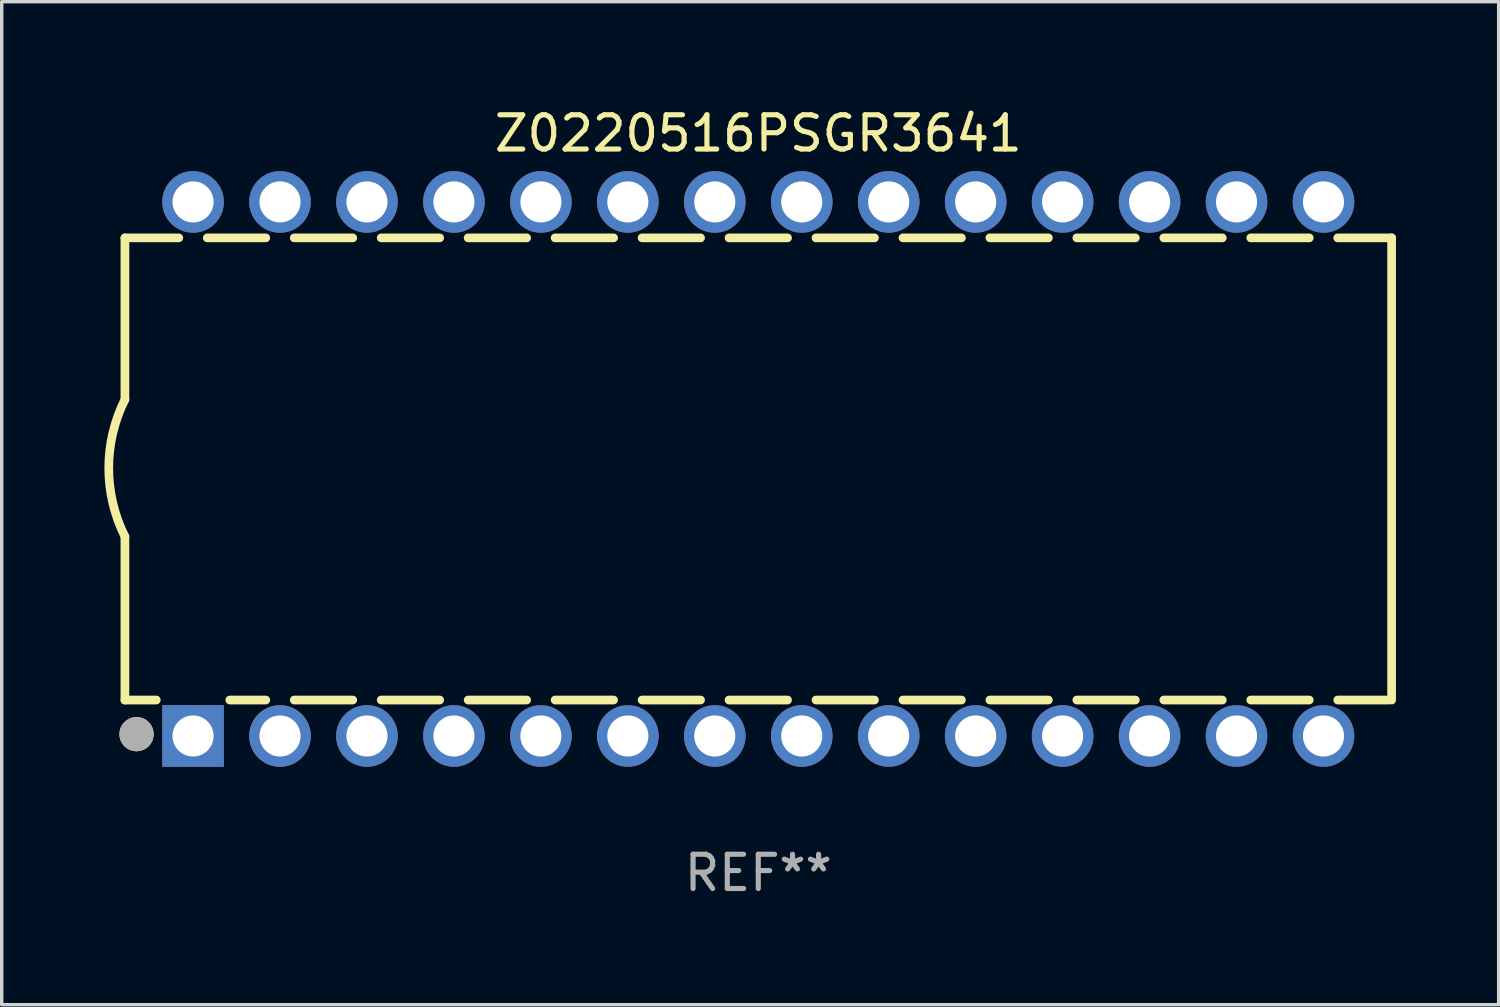
<source format=kicad_pcb>
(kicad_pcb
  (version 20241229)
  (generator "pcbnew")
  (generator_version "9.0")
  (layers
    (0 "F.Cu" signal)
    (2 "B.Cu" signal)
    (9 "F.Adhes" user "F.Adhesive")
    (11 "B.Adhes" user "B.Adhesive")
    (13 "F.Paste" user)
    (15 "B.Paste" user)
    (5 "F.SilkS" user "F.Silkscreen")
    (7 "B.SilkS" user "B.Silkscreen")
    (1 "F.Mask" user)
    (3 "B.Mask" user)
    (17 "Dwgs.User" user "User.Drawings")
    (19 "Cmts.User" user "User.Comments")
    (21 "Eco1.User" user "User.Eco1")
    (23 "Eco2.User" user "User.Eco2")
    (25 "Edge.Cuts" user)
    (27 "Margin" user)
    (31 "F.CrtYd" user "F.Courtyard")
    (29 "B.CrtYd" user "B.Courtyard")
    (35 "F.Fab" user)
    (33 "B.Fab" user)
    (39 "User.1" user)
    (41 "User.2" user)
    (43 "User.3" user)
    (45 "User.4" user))
  (footprint "Z0220516PSGR3641"
    (layer "F.Cu")
    (at 19.099 10.648)
    (property "Reference" "Z0220516PSGR3641" (at 0 -9.8 0) (layer "F.SilkS") (effects (font (size 1 1) (thickness 0.15))))
    (attr through_hole)
    (fp_line (start -18.5 -6.75) (end -18.5 -2.026) (stroke (width 0.254) (type solid)) (layer "F.SilkS"))
    (fp_line (start -18.5 -6.75) (end -16.926 -6.75) (stroke (width 0.254) (type solid)) (layer "F.SilkS"))
    (fp_line (start -18.5 6.75) (end -18.5 1.974) (stroke (width 0.254) (type solid)) (layer "F.SilkS"))
    (fp_line (start -18.5 6.75) (end -17.584 6.75) (stroke (width 0.254) (type solid)) (layer "F.SilkS"))
    (fp_line (start -16.094 -6.75) (end -14.386 -6.75) (stroke (width 0.254) (type solid)) (layer "F.SilkS"))
    (fp_line (start -15.436 6.75) (end -14.386 6.75) (stroke (width 0.254) (type solid)) (layer "F.SilkS"))
    (fp_line (start -13.554 -6.75) (end -11.846 -6.75) (stroke (width 0.254) (type solid)) (layer "F.SilkS"))
    (fp_line (start -13.554 6.75) (end -11.846 6.75) (stroke (width 0.254) (type solid)) (layer "F.SilkS"))
    (fp_line (start -11.014 -6.75) (end -9.306 -6.75) (stroke (width 0.254) (type solid)) (layer "F.SilkS"))
    (fp_line (start -11.014 6.75) (end -9.306 6.75) (stroke (width 0.254) (type solid)) (layer "F.SilkS"))
    (fp_line (start -8.474 -6.75) (end -6.766 -6.75) (stroke (width 0.254) (type solid)) (layer "F.SilkS"))
    (fp_line (start -8.474 6.75) (end -6.766 6.75) (stroke (width 0.254) (type solid)) (layer "F.SilkS"))
    (fp_line (start -5.934 -6.75) (end -4.226 -6.75) (stroke (width 0.254) (type solid)) (layer "F.SilkS"))
    (fp_line (start -5.934 6.75) (end -4.226 6.75) (stroke (width 0.254) (type solid)) (layer "F.SilkS"))
    (fp_line (start -3.394 -6.75) (end -1.686 -6.75) (stroke (width 0.254) (type solid)) (layer "F.SilkS"))
    (fp_line (start -3.394 6.75) (end -1.686 6.75) (stroke (width 0.254) (type solid)) (layer "F.SilkS"))
    (fp_line (start -0.854 -6.75) (end 0.854 -6.75) (stroke (width 0.254) (type solid)) (layer "F.SilkS"))
    (fp_line (start -0.854 6.75) (end 0.854 6.75) (stroke (width 0.254) (type solid)) (layer "F.SilkS"))
    (fp_line (start 1.686 -6.75) (end 3.394 -6.75) (stroke (width 0.254) (type solid)) (layer "F.SilkS"))
    (fp_line (start 1.686 6.75) (end 3.394 6.75) (stroke (width 0.254) (type solid)) (layer "F.SilkS"))
    (fp_line (start 4.226 -6.75) (end 5.934 -6.75) (stroke (width 0.254) (type solid)) (layer "F.SilkS"))
    (fp_line (start 4.226 6.75) (end 5.934 6.75) (stroke (width 0.254) (type solid)) (layer "F.SilkS"))
    (fp_line (start 6.766 -6.75) (end 8.474 -6.75) (stroke (width 0.254) (type solid)) (layer "F.SilkS"))
    (fp_line (start 6.766 6.75) (end 8.474 6.75) (stroke (width 0.254) (type solid)) (layer "F.SilkS"))
    (fp_line (start 9.306 -6.75) (end 11.014 -6.75) (stroke (width 0.254) (type solid)) (layer "F.SilkS"))
    (fp_line (start 9.306 6.75) (end 11.014 6.75) (stroke (width 0.254) (type solid)) (layer "F.SilkS"))
    (fp_line (start 11.846 -6.75) (end 13.554 -6.75) (stroke (width 0.254) (type solid)) (layer "F.SilkS"))
    (fp_line (start 11.846 6.75) (end 13.554 6.75) (stroke (width 0.254) (type solid)) (layer "F.SilkS"))
    (fp_line (start 14.386 -6.75) (end 16.094 -6.75) (stroke (width 0.254) (type solid)) (layer "F.SilkS"))
    (fp_line (start 14.386 6.75) (end 16.094 6.75) (stroke (width 0.254) (type solid)) (layer "F.SilkS"))
    (fp_line (start 16.926 -6.75) (end 18.5 -6.75) (stroke (width 0.254) (type solid)) (layer "F.SilkS"))
    (fp_line (start 16.926 6.75) (end 18.415 6.75) (stroke (width 0.254) (type solid)) (layer "F.SilkS"))
    (fp_line (start 18.5 6.75) (end 18.5 -6.75) (stroke (width 0.254) (type solid)) (layer "F.SilkS"))
    (fp_arc (start -18.500051 1.974384) (mid -18.972187 -0.025616) (end -18.500051 -2.025616) (stroke (width 0.254001) (type solid)) (layer "F.SilkS"))
    (fp_circle (center -18.5 7.8) (end -18.47 7.8) (stroke (width 0.06) (type solid)) (fill no) (layer "F.SilkS"))
    (fp_circle (center -18.161 7.747) (end -17.911 7.747) (stroke (width 0.5) (type solid)) (fill no) (layer "F.SilkS"))
    (fp_circle (center -18.161 7.747) (end -17.911 7.747) (stroke (width 0.5) (type solid)) (fill no) (layer "F.Fab"))
    (fp_text user "REF**" (at 0 11.8 0) (layer "F.Fab") (effects (font (size 1 1) (thickness 0.15))))
    (pad "1" thru_hole rect (at -16.51 7.8) (size 1.8 1.8) (drill 1.2) (layers "*.Cu" "*.Mask"))
    (pad "2" thru_hole circle (at -13.97 7.8) (size 1.8 1.8) (drill 1.2) (layers "*.Cu" "*.Mask"))
    (pad "3" thru_hole circle (at -11.43 7.8) (size 1.8 1.8) (drill 1.2) (layers "*.Cu" "*.Mask"))
    (pad "4" thru_hole circle (at -8.89 7.8) (size 1.8 1.8) (drill 1.2) (layers "*.Cu" "*.Mask"))
    (pad "5" thru_hole circle (at -6.35 7.8) (size 1.8 1.8) (drill 1.2) (layers "*.Cu" "*.Mask"))
    (pad "6" thru_hole circle (at -3.81 7.8) (size 1.8 1.8) (drill 1.2) (layers "*.Cu" "*.Mask"))
    (pad "7" thru_hole circle (at -1.27 7.8) (size 1.8 1.8) (drill 1.2) (layers "*.Cu" "*.Mask"))
    (pad "8" thru_hole circle (at 1.27 7.8) (size 1.8 1.8) (drill 1.2) (layers "*.Cu" "*.Mask"))
    (pad "9" thru_hole circle (at 3.81 7.8) (size 1.8 1.8) (drill 1.2) (layers "*.Cu" "*.Mask"))
    (pad "10" thru_hole circle (at 6.35 7.8) (size 1.8 1.8) (drill 1.2) (layers "*.Cu" "*.Mask"))
    (pad "11" thru_hole circle (at 8.89 7.8) (size 1.8 1.8) (drill 1.2) (layers "*.Cu" "*.Mask"))
    (pad "12" thru_hole circle (at 11.43 7.8) (size 1.8 1.8) (drill 1.2) (layers "*.Cu" "*.Mask"))
    (pad "13" thru_hole circle (at 13.97 7.8) (size 1.8 1.8) (drill 1.2) (layers "*.Cu" "*.Mask"))
    (pad "14" thru_hole circle (at 16.51 7.8) (size 1.8 1.8) (drill 1.2) (layers "*.Cu" "*.Mask"))
    (pad "15" thru_hole circle (at 16.51 -7.8) (size 1.8 1.8) (drill 1.2) (layers "*.Cu" "*.Mask"))
    (pad "16" thru_hole circle (at 13.97 -7.8) (size 1.8 1.8) (drill 1.2) (layers "*.Cu" "*.Mask"))
    (pad "17" thru_hole circle (at 11.43 -7.8) (size 1.8 1.8) (drill 1.2) (layers "*.Cu" "*.Mask"))
    (pad "18" thru_hole circle (at 8.89 -7.8) (size 1.8 1.8) (drill 1.2) (layers "*.Cu" "*.Mask"))
    (pad "19" thru_hole circle (at 6.35 -7.8) (size 1.8 1.8) (drill 1.2) (layers "*.Cu" "*.Mask"))
    (pad "20" thru_hole circle (at 3.81 -7.8) (size 1.8 1.8) (drill 1.2) (layers "*.Cu" "*.Mask"))
    (pad "21" thru_hole circle (at 1.27 -7.8) (size 1.8 1.8) (drill 1.2) (layers "*.Cu" "*.Mask"))
    (pad "22" thru_hole circle (at -1.27 -7.8) (size 1.8 1.8) (drill 1.2) (layers "*.Cu" "*.Mask"))
    (pad "23" thru_hole circle (at -3.81 -7.8) (size 1.8 1.8) (drill 1.2) (layers "*.Cu" "*.Mask"))
    (pad "24" thru_hole circle (at -6.35 -7.8) (size 1.8 1.8) (drill 1.2) (layers "*.Cu" "*.Mask"))
    (pad "25" thru_hole circle (at -8.89 -7.8) (size 1.8 1.8) (drill 1.2) (layers "*.Cu" "*.Mask"))
    (pad "26" thru_hole circle (at -11.43 -7.8) (size 1.8 1.8) (drill 1.2) (layers "*.Cu" "*.Mask"))
    (pad "27" thru_hole circle (at -13.97 -7.8) (size 1.8 1.8) (drill 1.2) (layers "*.Cu" "*.Mask"))
    (pad "28" thru_hole circle (at -16.51 -7.8) (size 1.8 1.8) (drill 1.2) (layers "*.Cu" "*.Mask")))
  (gr_rect
    (start -3 -3)
    (end 40.726 26.297)
    (stroke (width 0.1) (type default))
    (fill no)
    (layer "Edge.Cuts")))
</source>
